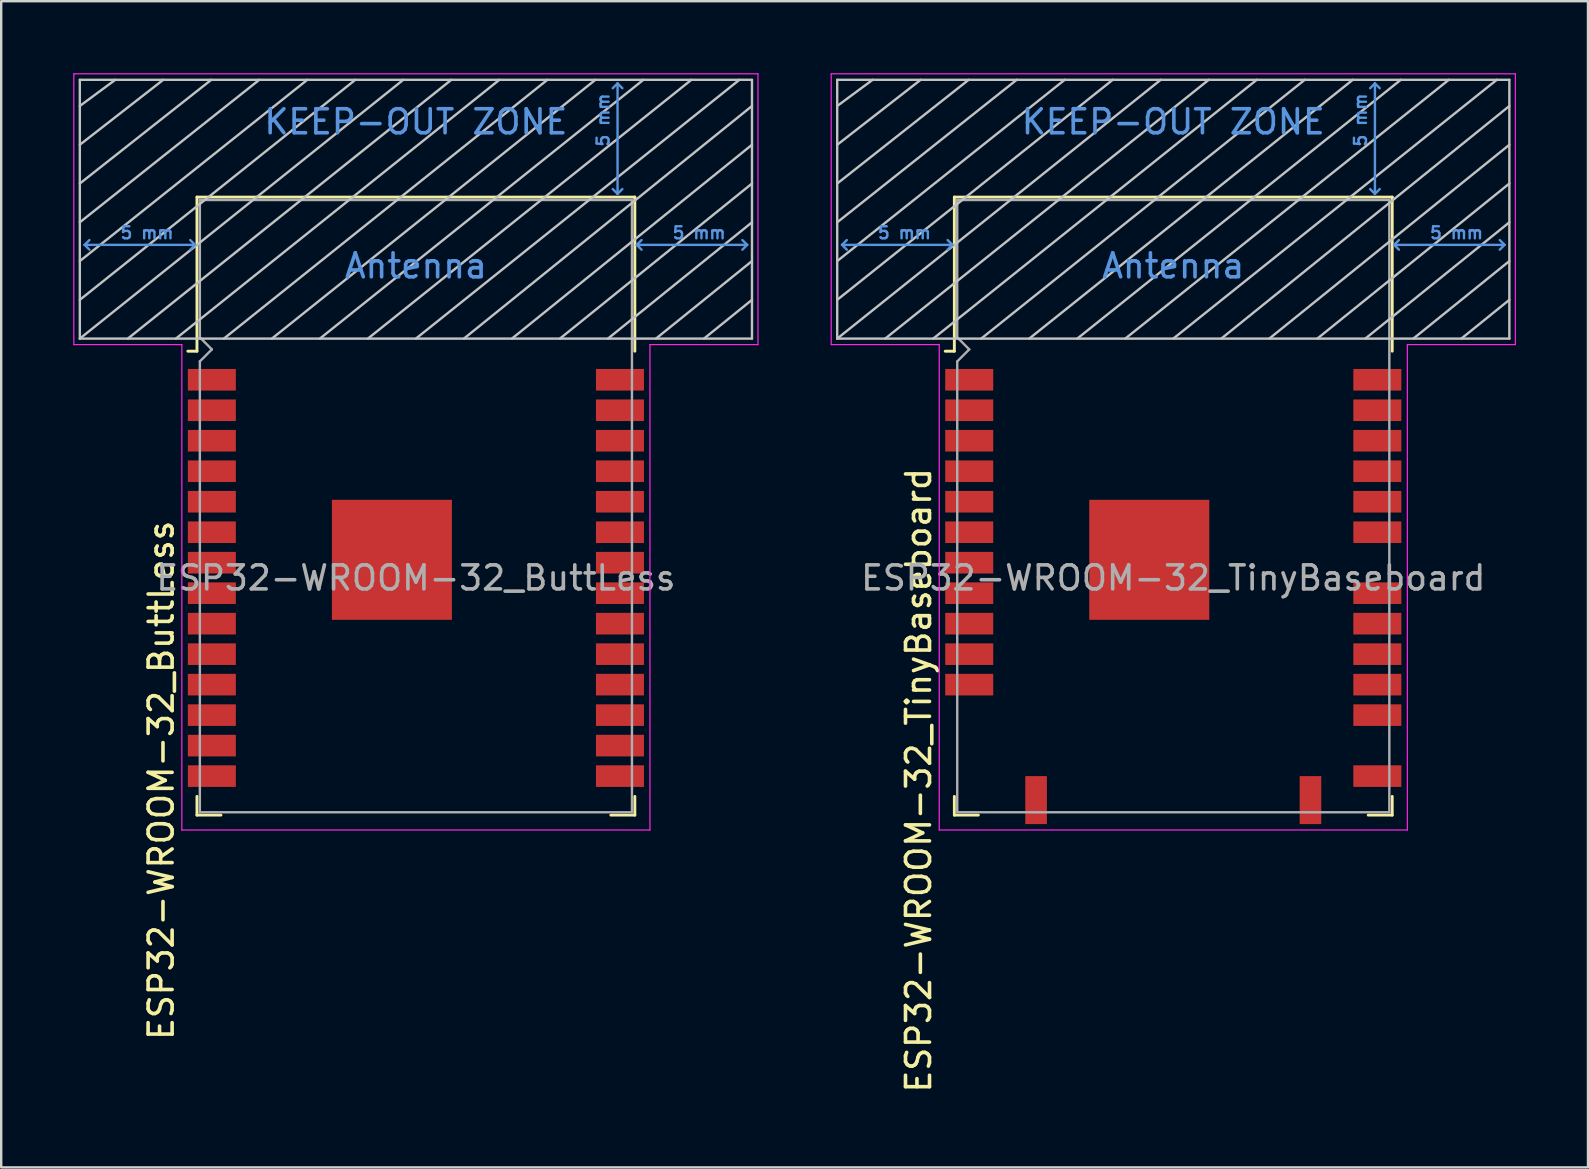
<source format=kicad_pcb>
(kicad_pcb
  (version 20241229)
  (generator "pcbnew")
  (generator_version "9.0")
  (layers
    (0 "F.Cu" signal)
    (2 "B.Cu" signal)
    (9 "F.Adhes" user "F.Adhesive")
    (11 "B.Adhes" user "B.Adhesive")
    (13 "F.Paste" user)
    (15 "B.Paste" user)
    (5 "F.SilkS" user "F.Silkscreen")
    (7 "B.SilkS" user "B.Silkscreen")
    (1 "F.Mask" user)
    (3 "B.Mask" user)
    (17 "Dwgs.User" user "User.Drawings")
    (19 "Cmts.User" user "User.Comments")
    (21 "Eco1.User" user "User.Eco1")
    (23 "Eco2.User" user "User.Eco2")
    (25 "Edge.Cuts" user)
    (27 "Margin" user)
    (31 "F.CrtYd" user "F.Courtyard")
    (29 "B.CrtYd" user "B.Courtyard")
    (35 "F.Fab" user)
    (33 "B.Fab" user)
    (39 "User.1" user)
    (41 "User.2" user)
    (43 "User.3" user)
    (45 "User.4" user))
  (footprint "ESP32-WROOM-32_ButtLess"
    (layer "F.Cu")
    (at 14.275 21.025)
    (property "Reference" "ESP32-WROOM-32_ButtLess" (at -10.61 8.43 90) (layer "F.SilkS") (effects (font (size 1 1) (thickness 0.15))))
    (attr smd)
    (fp_line (start -9.12 -15.865) (end -9.12 -9.445) (stroke (width 0.12) (type solid)) (layer "F.SilkS"))
    (fp_line (start -9.12 -15.865) (end 9.12 -15.865) (stroke (width 0.12) (type solid)) (layer "F.SilkS"))
    (fp_line (start -9.12 -9.445) (end -9.5 -9.445) (stroke (width 0.12) (type solid)) (layer "F.SilkS"))
    (fp_line (start -9.12 9.1) (end -9.12 9.88) (stroke (width 0.12) (type solid)) (layer "F.SilkS"))
    (fp_line (start -9.12 9.88) (end -8.12 9.88) (stroke (width 0.12) (type solid)) (layer "F.SilkS"))
    (fp_line (start 9.12 -15.865) (end 9.12 -9.445) (stroke (width 0.12) (type solid)) (layer "F.SilkS"))
    (fp_line (start 9.12 9.1) (end 9.12 9.88) (stroke (width 0.12) (type solid)) (layer "F.SilkS"))
    (fp_line (start 9.12 9.88) (end 8.12 9.88) (stroke (width 0.12) (type solid)) (layer "F.SilkS"))
    (fp_line (start -14 -9.97) (end -14 -20.75) (stroke (width 0.1) (type solid)) (layer "Dwgs.User"))
    (fp_line (start -12.525 -20.75) (end -14 -19.66) (stroke (width 0.1) (type solid)) (layer "Dwgs.User"))
    (fp_line (start -10.525 -20.75) (end -14 -18.045) (stroke (width 0.1) (type solid)) (layer "Dwgs.User"))
    (fp_line (start -8.525 -20.75) (end -14 -16.43) (stroke (width 0.1) (type solid)) (layer "Dwgs.User"))
    (fp_line (start -8 -9.97) (end 5.475 -20.75) (stroke (width 0.1) (type solid)) (layer "Dwgs.User"))
    (fp_line (start -6.525 -20.75) (end -14 -14.815) (stroke (width 0.1) (type solid)) (layer "Dwgs.User"))
    (fp_line (start -4.525 -20.75) (end -14 -13.2) (stroke (width 0.1) (type solid)) (layer "Dwgs.User"))
    (fp_line (start -2.525 -20.75) (end -14 -11.585) (stroke (width 0.1) (type solid)) (layer "Dwgs.User"))
    (fp_line (start -0.525 -20.75) (end -14 -9.97) (stroke (width 0.1) (type solid)) (layer "Dwgs.User"))
    (fp_line (start 1.475 -20.75) (end -12 -9.97) (stroke (width 0.1) (type solid)) (layer "Dwgs.User"))
    (fp_line (start 3.475 -20.75) (end -10 -9.97) (stroke (width 0.1) (type solid)) (layer "Dwgs.User"))
    (fp_line (start 7.475 -20.75) (end -6 -9.97) (stroke (width 0.1) (type solid)) (layer "Dwgs.User"))
    (fp_line (start 9.475 -20.75) (end -4 -9.97) (stroke (width 0.1) (type solid)) (layer "Dwgs.User"))
    (fp_line (start 11.475 -20.75) (end -2 -9.97) (stroke (width 0.1) (type solid)) (layer "Dwgs.User"))
    (fp_line (start 13.475 -20.75) (end 0 -9.97) (stroke (width 0.1) (type solid)) (layer "Dwgs.User"))
    (fp_line (start 14 -20.75) (end -14 -20.75) (stroke (width 0.1) (type solid)) (layer "Dwgs.User"))
    (fp_line (start 14 -19.66) (end 2 -9.97) (stroke (width 0.1) (type solid)) (layer "Dwgs.User"))
    (fp_line (start 14 -18.045) (end 4 -9.97) (stroke (width 0.1) (type solid)) (layer "Dwgs.User"))
    (fp_line (start 14 -16.43) (end 6 -9.97) (stroke (width 0.1) (type solid)) (layer "Dwgs.User"))
    (fp_line (start 14 -14.815) (end 8 -9.97) (stroke (width 0.1) (type solid)) (layer "Dwgs.User"))
    (fp_line (start 14 -13.2) (end 10 -9.97) (stroke (width 0.1) (type solid)) (layer "Dwgs.User"))
    (fp_line (start 14 -11.585) (end 12 -9.97) (stroke (width 0.1) (type solid)) (layer "Dwgs.User"))
    (fp_line (start 14 -9.97) (end -14 -9.97) (stroke (width 0.1) (type solid)) (layer "Dwgs.User"))
    (fp_line (start 14 -9.97) (end 14 -20.75) (stroke (width 0.1) (type solid)) (layer "Dwgs.User"))
    (fp_line (start -13.8 -13.875) (end -13.6 -14.075) (stroke (width 0.1) (type solid)) (layer "Cmts.User"))
    (fp_line (start -13.8 -13.875) (end -13.6 -13.675) (stroke (width 0.1) (type solid)) (layer "Cmts.User"))
    (fp_line (start -13.8 -13.875) (end -9.2 -13.875) (stroke (width 0.1) (type solid)) (layer "Cmts.User"))
    (fp_line (start -9.2 -13.875) (end -9.4 -14.075) (stroke (width 0.1) (type solid)) (layer "Cmts.User"))
    (fp_line (start -9.2 -13.875) (end -9.4 -13.675) (stroke (width 0.1) (type solid)) (layer "Cmts.User"))
    (fp_line (start 8.4 -20.6) (end 8.2 -20.4) (stroke (width 0.1) (type solid)) (layer "Cmts.User"))
    (fp_line (start 8.4 -20.6) (end 8.6 -20.4) (stroke (width 0.1) (type solid)) (layer "Cmts.User"))
    (fp_line (start 8.4 -16) (end 8.2 -16.2) (stroke (width 0.1) (type solid)) (layer "Cmts.User"))
    (fp_line (start 8.4 -16) (end 8.4 -20.6) (stroke (width 0.1) (type solid)) (layer "Cmts.User"))
    (fp_line (start 8.4 -16) (end 8.6 -16.2) (stroke (width 0.1) (type solid)) (layer "Cmts.User"))
    (fp_line (start 9.2 -13.875) (end 9.4 -14.075) (stroke (width 0.1) (type solid)) (layer "Cmts.User"))
    (fp_line (start 9.2 -13.875) (end 9.4 -13.675) (stroke (width 0.1) (type solid)) (layer "Cmts.User"))
    (fp_line (start 9.2 -13.875) (end 13.8 -13.875) (stroke (width 0.1) (type solid)) (layer "Cmts.User"))
    (fp_line (start 13.8 -13.875) (end 13.6 -14.075) (stroke (width 0.1) (type solid)) (layer "Cmts.User"))
    (fp_line (start 13.8 -13.875) (end 13.6 -13.675) (stroke (width 0.1) (type solid)) (layer "Cmts.User"))
    (fp_line (start -14.25 -21) (end -14.25 -9.72) (stroke (width 0.05) (type solid)) (layer "F.CrtYd"))
    (fp_line (start -14.25 -21) (end 14.25 -21) (stroke (width 0.05) (type solid)) (layer "F.CrtYd"))
    (fp_line (start -14.25 -9.72) (end -9.75 -9.72) (stroke (width 0.05) (type solid)) (layer "F.CrtYd"))
    (fp_line (start -9.75 10.5) (end -9.75 -9.72) (stroke (width 0.05) (type solid)) (layer "F.CrtYd"))
    (fp_line (start -9.75 10.5) (end 9.75 10.5) (stroke (width 0.05) (type solid)) (layer "F.CrtYd"))
    (fp_line (start 9.75 -9.72) (end 9.75 10.5) (stroke (width 0.05) (type solid)) (layer "F.CrtYd"))
    (fp_line (start 9.75 -9.72) (end 14.25 -9.72) (stroke (width 0.05) (type solid)) (layer "F.CrtYd"))
    (fp_line (start 14.25 -21) (end 14.25 -9.72) (stroke (width 0.05) (type solid)) (layer "F.CrtYd"))
    (fp_line (start -9 -15.745) (end -9 -10.02) (stroke (width 0.1) (type solid)) (layer "F.Fab"))
    (fp_line (start -9 -15.745) (end 9 -15.745) (stroke (width 0.1) (type solid)) (layer "F.Fab"))
    (fp_line (start -9 -9.02) (end -9 9.76) (stroke (width 0.1) (type solid)) (layer "F.Fab"))
    (fp_line (start -9 -9.02) (end -8.5 -9.52) (stroke (width 0.1) (type solid)) (layer "F.Fab"))
    (fp_line (start -9 9.76) (end 9 9.76) (stroke (width 0.1) (type solid)) (layer "F.Fab"))
    (fp_line (start -8.5 -9.52) (end -9 -10.02) (stroke (width 0.1) (type solid)) (layer "F.Fab"))
    (fp_line (start 9 9.76) (end 9 -15.745) (stroke (width 0.1) (type solid)) (layer "F.Fab"))
    (fp_text user "Antenna" (at 0 -13 0) (layer "Cmts.User") (effects (font (size 1 1) (thickness 0.15))))
    (fp_text user "5 mm" (at 7.8 -19.075 90) (layer "Cmts.User") (effects (font (size 0.5 0.5) (thickness 0.1))))
    (fp_text user "5 mm" (at 11.8 -14.375 0) (layer "Cmts.User") (effects (font (size 0.5 0.5) (thickness 0.1))))
    (fp_text user "5 mm" (at -11.2 -14.375 0) (layer "Cmts.User") (effects (font (size 0.5 0.5) (thickness 0.1))))
    (fp_text user "KEEP-OUT ZONE" (at 0 -19 0) (layer "Cmts.User") (effects (font (size 1 1) (thickness 0.15))))
    (fp_text user "${REFERENCE}" (at 0 0 0) (layer "F.Fab") (effects (font (size 1 1) (thickness 0.15))))
    (pad "1" smd rect (at -8.5 -8.255) (size 2 0.9) (layers "F.Cu" "F.Mask" "F.Paste"))
    (pad "2" smd rect (at -8.5 -6.985) (size 2 0.9) (layers "F.Cu" "F.Mask" "F.Paste"))
    (pad "3" smd rect (at -8.5 -5.715) (size 2 0.9) (layers "F.Cu" "F.Mask" "F.Paste"))
    (pad "4" smd rect (at -8.5 -4.445) (size 2 0.9) (layers "F.Cu" "F.Mask" "F.Paste"))
    (pad "5" smd rect (at -8.5 -3.175) (size 2 0.9) (layers "F.Cu" "F.Mask" "F.Paste"))
    (pad "6" smd rect (at -8.5 -1.905) (size 2 0.9) (layers "F.Cu" "F.Mask" "F.Paste"))
    (pad "7" smd rect (at -8.5 -0.635) (size 2 0.9) (layers "F.Cu" "F.Mask" "F.Paste"))
    (pad "8" smd rect (at -8.5 0.635) (size 2 0.9) (layers "F.Cu" "F.Mask" "F.Paste"))
    (pad "9" smd rect (at -8.5 1.905) (size 2 0.9) (layers "F.Cu" "F.Mask" "F.Paste"))
    (pad "10" smd rect (at -8.5 3.175) (size 2 0.9) (layers "F.Cu" "F.Mask" "F.Paste"))
    (pad "11" smd rect (at -8.5 4.445) (size 2 0.9) (layers "F.Cu" "F.Mask" "F.Paste"))
    (pad "12" smd rect (at -8.5 5.715) (size 2 0.9) (layers "F.Cu" "F.Mask" "F.Paste"))
    (pad "13" smd rect (at -8.5 6.985) (size 2 0.9) (layers "F.Cu" "F.Mask" "F.Paste"))
    (pad "14" smd rect (at -8.5 8.255) (size 2 0.9) (layers "F.Cu" "F.Mask" "F.Paste"))
    (pad "25" smd rect (at 8.5 8.255) (size 2 0.9) (layers "F.Cu" "F.Mask" "F.Paste"))
    (pad "26" smd rect (at 8.5 6.985) (size 2 0.9) (layers "F.Cu" "F.Mask" "F.Paste"))
    (pad "27" smd rect (at 8.5 5.715) (size 2 0.9) (layers "F.Cu" "F.Mask" "F.Paste"))
    (pad "28" smd rect (at 8.5 4.445) (size 2 0.9) (layers "F.Cu" "F.Mask" "F.Paste"))
    (pad "29" smd rect (at 8.5 3.175) (size 2 0.9) (layers "F.Cu" "F.Mask" "F.Paste"))
    (pad "30" smd rect (at 8.5 1.905) (size 2 0.9) (layers "F.Cu" "F.Mask" "F.Paste"))
    (pad "31" smd rect (at 8.5 0.635) (size 2 0.9) (layers "F.Cu" "F.Mask" "F.Paste"))
    (pad "32" smd rect (at 8.5 -0.635) (size 2 0.9) (layers "F.Cu" "F.Mask" "F.Paste"))
    (pad "33" smd rect (at 8.5 -1.905) (size 2 0.9) (layers "F.Cu" "F.Mask" "F.Paste"))
    (pad "34" smd rect (at 8.5 -3.175) (size 2 0.9) (layers "F.Cu" "F.Mask" "F.Paste"))
    (pad "35" smd rect (at 8.5 -4.445) (size 2 0.9) (layers "F.Cu" "F.Mask" "F.Paste"))
    (pad "36" smd rect (at 8.5 -5.715) (size 2 0.9) (layers "F.Cu" "F.Mask" "F.Paste"))
    (pad "37" smd rect (at 8.5 -6.985) (size 2 0.9) (layers "F.Cu" "F.Mask" "F.Paste"))
    (pad "38" smd rect (at 8.5 -8.255) (size 2 0.9) (layers "F.Cu" "F.Mask" "F.Paste"))
    (pad "39" smd rect (at -1 -0.755) (size 5 5) (layers "F.Cu" "F.Mask" "F.Paste")))
  (footprint "ESP32-WROOM-32_TinyBaseboard"
    (layer "F.Cu")
    (at 45.825 21.025)
    (property "Reference" "ESP32-WROOM-32_TinyBaseboard" (at -10.61 8.43 90) (layer "F.SilkS") (effects (font (size 1 1) (thickness 0.15))))
    (attr smd)
    (fp_line (start -9.12 -15.865) (end -9.12 -9.445) (stroke (width 0.12) (type solid)) (layer "F.SilkS"))
    (fp_line (start -9.12 -15.865) (end 9.12 -15.865) (stroke (width 0.12) (type solid)) (layer "F.SilkS"))
    (fp_line (start -9.12 -9.445) (end -9.5 -9.445) (stroke (width 0.12) (type solid)) (layer "F.SilkS"))
    (fp_line (start -9.12 9.1) (end -9.12 9.88) (stroke (width 0.12) (type solid)) (layer "F.SilkS"))
    (fp_line (start -9.12 9.88) (end -8.12 9.88) (stroke (width 0.12) (type solid)) (layer "F.SilkS"))
    (fp_line (start 9.12 -15.865) (end 9.12 -9.445) (stroke (width 0.12) (type solid)) (layer "F.SilkS"))
    (fp_line (start 9.12 9.1) (end 9.12 9.88) (stroke (width 0.12) (type solid)) (layer "F.SilkS"))
    (fp_line (start 9.12 9.88) (end 8.12 9.88) (stroke (width 0.12) (type solid)) (layer "F.SilkS"))
    (fp_line (start -14 -9.97) (end -14 -20.75) (stroke (width 0.1) (type solid)) (layer "Dwgs.User"))
    (fp_line (start -12.525 -20.75) (end -14 -19.66) (stroke (width 0.1) (type solid)) (layer "Dwgs.User"))
    (fp_line (start -10.525 -20.75) (end -14 -18.045) (stroke (width 0.1) (type solid)) (layer "Dwgs.User"))
    (fp_line (start -8.525 -20.75) (end -14 -16.43) (stroke (width 0.1) (type solid)) (layer "Dwgs.User"))
    (fp_line (start -8 -9.97) (end 5.475 -20.75) (stroke (width 0.1) (type solid)) (layer "Dwgs.User"))
    (fp_line (start -6.525 -20.75) (end -14 -14.815) (stroke (width 0.1) (type solid)) (layer "Dwgs.User"))
    (fp_line (start -4.525 -20.75) (end -14 -13.2) (stroke (width 0.1) (type solid)) (layer "Dwgs.User"))
    (fp_line (start -2.525 -20.75) (end -14 -11.585) (stroke (width 0.1) (type solid)) (layer "Dwgs.User"))
    (fp_line (start -0.525 -20.75) (end -14 -9.97) (stroke (width 0.1) (type solid)) (layer "Dwgs.User"))
    (fp_line (start 1.475 -20.75) (end -12 -9.97) (stroke (width 0.1) (type solid)) (layer "Dwgs.User"))
    (fp_line (start 3.475 -20.75) (end -10 -9.97) (stroke (width 0.1) (type solid)) (layer "Dwgs.User"))
    (fp_line (start 7.475 -20.75) (end -6 -9.97) (stroke (width 0.1) (type solid)) (layer "Dwgs.User"))
    (fp_line (start 9.475 -20.75) (end -4 -9.97) (stroke (width 0.1) (type solid)) (layer "Dwgs.User"))
    (fp_line (start 11.475 -20.75) (end -2 -9.97) (stroke (width 0.1) (type solid)) (layer "Dwgs.User"))
    (fp_line (start 13.475 -20.75) (end 0 -9.97) (stroke (width 0.1) (type solid)) (layer "Dwgs.User"))
    (fp_line (start 14 -20.75) (end -14 -20.75) (stroke (width 0.1) (type solid)) (layer "Dwgs.User"))
    (fp_line (start 14 -19.66) (end 2 -9.97) (stroke (width 0.1) (type solid)) (layer "Dwgs.User"))
    (fp_line (start 14 -18.045) (end 4 -9.97) (stroke (width 0.1) (type solid)) (layer "Dwgs.User"))
    (fp_line (start 14 -16.43) (end 6 -9.97) (stroke (width 0.1) (type solid)) (layer "Dwgs.User"))
    (fp_line (start 14 -14.815) (end 8 -9.97) (stroke (width 0.1) (type solid)) (layer "Dwgs.User"))
    (fp_line (start 14 -13.2) (end 10 -9.97) (stroke (width 0.1) (type solid)) (layer "Dwgs.User"))
    (fp_line (start 14 -11.585) (end 12 -9.97) (stroke (width 0.1) (type solid)) (layer "Dwgs.User"))
    (fp_line (start 14 -9.97) (end -14 -9.97) (stroke (width 0.1) (type solid)) (layer "Dwgs.User"))
    (fp_line (start 14 -9.97) (end 14 -20.75) (stroke (width 0.1) (type solid)) (layer "Dwgs.User"))
    (fp_line (start -13.8 -13.875) (end -13.6 -14.075) (stroke (width 0.1) (type solid)) (layer "Cmts.User"))
    (fp_line (start -13.8 -13.875) (end -13.6 -13.675) (stroke (width 0.1) (type solid)) (layer "Cmts.User"))
    (fp_line (start -13.8 -13.875) (end -9.2 -13.875) (stroke (width 0.1) (type solid)) (layer "Cmts.User"))
    (fp_line (start -9.2 -13.875) (end -9.4 -14.075) (stroke (width 0.1) (type solid)) (layer "Cmts.User"))
    (fp_line (start -9.2 -13.875) (end -9.4 -13.675) (stroke (width 0.1) (type solid)) (layer "Cmts.User"))
    (fp_line (start 8.4 -20.6) (end 8.2 -20.4) (stroke (width 0.1) (type solid)) (layer "Cmts.User"))
    (fp_line (start 8.4 -20.6) (end 8.6 -20.4) (stroke (width 0.1) (type solid)) (layer "Cmts.User"))
    (fp_line (start 8.4 -16) (end 8.2 -16.2) (stroke (width 0.1) (type solid)) (layer "Cmts.User"))
    (fp_line (start 8.4 -16) (end 8.4 -20.6) (stroke (width 0.1) (type solid)) (layer "Cmts.User"))
    (fp_line (start 8.4 -16) (end 8.6 -16.2) (stroke (width 0.1) (type solid)) (layer "Cmts.User"))
    (fp_line (start 9.2 -13.875) (end 9.4 -14.075) (stroke (width 0.1) (type solid)) (layer "Cmts.User"))
    (fp_line (start 9.2 -13.875) (end 9.4 -13.675) (stroke (width 0.1) (type solid)) (layer "Cmts.User"))
    (fp_line (start 9.2 -13.875) (end 13.8 -13.875) (stroke (width 0.1) (type solid)) (layer "Cmts.User"))
    (fp_line (start 13.8 -13.875) (end 13.6 -14.075) (stroke (width 0.1) (type solid)) (layer "Cmts.User"))
    (fp_line (start 13.8 -13.875) (end 13.6 -13.675) (stroke (width 0.1) (type solid)) (layer "Cmts.User"))
    (fp_line (start -14.25 -21) (end -14.25 -9.72) (stroke (width 0.05) (type solid)) (layer "F.CrtYd"))
    (fp_line (start -14.25 -21) (end 14.25 -21) (stroke (width 0.05) (type solid)) (layer "F.CrtYd"))
    (fp_line (start -14.25 -9.72) (end -9.75 -9.72) (stroke (width 0.05) (type solid)) (layer "F.CrtYd"))
    (fp_line (start -9.75 10.5) (end -9.75 -9.72) (stroke (width 0.05) (type solid)) (layer "F.CrtYd"))
    (fp_line (start -9.75 10.5) (end 9.75 10.5) (stroke (width 0.05) (type solid)) (layer "F.CrtYd"))
    (fp_line (start 9.75 -9.72) (end 9.75 10.5) (stroke (width 0.05) (type solid)) (layer "F.CrtYd"))
    (fp_line (start 9.75 -9.72) (end 14.25 -9.72) (stroke (width 0.05) (type solid)) (layer "F.CrtYd"))
    (fp_line (start 14.25 -21) (end 14.25 -9.72) (stroke (width 0.05) (type solid)) (layer "F.CrtYd"))
    (fp_line (start -9 -15.745) (end -9 -10.02) (stroke (width 0.1) (type solid)) (layer "F.Fab"))
    (fp_line (start -9 -15.745) (end 9 -15.745) (stroke (width 0.1) (type solid)) (layer "F.Fab"))
    (fp_line (start -9 -9.02) (end -9 9.76) (stroke (width 0.1) (type solid)) (layer "F.Fab"))
    (fp_line (start -9 -9.02) (end -8.5 -9.52) (stroke (width 0.1) (type solid)) (layer "F.Fab"))
    (fp_line (start -9 9.76) (end 9 9.76) (stroke (width 0.1) (type solid)) (layer "F.Fab"))
    (fp_line (start -8.5 -9.52) (end -9 -10.02) (stroke (width 0.1) (type solid)) (layer "F.Fab"))
    (fp_line (start 9 9.76) (end 9 -15.745) (stroke (width 0.1) (type solid)) (layer "F.Fab"))
    (fp_text user "KEEP-OUT ZONE" (at 0 -19 0) (layer "Cmts.User") (effects (font (size 1 1) (thickness 0.15))))
    (fp_text user "5 mm" (at -11.2 -14.375 0) (layer "Cmts.User") (effects (font (size 0.5 0.5) (thickness 0.1))))
    (fp_text user "Antenna" (at 0 -13 0) (layer "Cmts.User") (effects (font (size 1 1) (thickness 0.15))))
    (fp_text user "5 mm" (at 7.8 -19.075 90) (layer "Cmts.User") (effects (font (size 0.5 0.5) (thickness 0.1))))
    (fp_text user "5 mm" (at 11.8 -14.375 0) (layer "Cmts.User") (effects (font (size 0.5 0.5) (thickness 0.1))))
    (fp_text user "${REFERENCE}" (at 0 0 0) (layer "F.Fab") (effects (font (size 1 1) (thickness 0.15))))
    (pad "1" smd rect (at -8.5 -8.255) (size 2 0.9) (layers "F.Cu" "F.Mask" "F.Paste"))
    (pad "2" smd rect (at -8.5 -6.985) (size 2 0.9) (layers "F.Cu" "F.Mask" "F.Paste"))
    (pad "3" smd rect (at -8.5 -5.715) (size 2 0.9) (layers "F.Cu" "F.Mask" "F.Paste"))
    (pad "4" smd rect (at -8.5 -4.445) (size 2 0.9) (layers "F.Cu" "F.Mask" "F.Paste"))
    (pad "5" smd rect (at -8.5 -3.175) (size 2 0.9) (layers "F.Cu" "F.Mask" "F.Paste"))
    (pad "6" smd rect (at -8.5 -1.905) (size 2 0.9) (layers "F.Cu" "F.Mask" "F.Paste"))
    (pad "7" smd rect (at -8.5 -0.635) (size 2 0.9) (layers "F.Cu" "F.Mask" "F.Paste"))
    (pad "8" smd rect (at -8.5 0.635) (size 2 0.9) (layers "F.Cu" "F.Mask" "F.Paste"))
    (pad "9" smd rect (at -8.5 1.905) (size 2 0.9) (layers "F.Cu" "F.Mask" "F.Paste"))
    (pad "10" smd rect (at -8.5 3.175) (size 2 0.9) (layers "F.Cu" "F.Mask" "F.Paste"))
    (pad "11" smd rect (at -8.5 4.445) (size 2 0.9) (layers "F.Cu" "F.Mask" "F.Paste"))
    (pad "15" smd rect (at -5.715 9.255 90) (size 2 0.9) (layers "F.Cu" "F.Mask" "F.Paste"))
    (pad "24" smd rect (at 5.715 9.255 90) (size 2 0.9) (layers "F.Cu" "F.Mask" "F.Paste"))
    (pad "25" smd rect (at 8.5 8.255) (size 2 0.9) (layers "F.Cu" "F.Mask" "F.Paste"))
    (pad "27" smd rect (at 8.5 5.715) (size 2 0.9) (layers "F.Cu" "F.Mask" "F.Paste"))
    (pad "28" smd rect (at 8.5 4.445) (size 2 0.9) (layers "F.Cu" "F.Mask" "F.Paste"))
    (pad "29" smd rect (at 8.5 3.175) (size 2 0.9) (layers "F.Cu" "F.Mask" "F.Paste"))
    (pad "30" smd rect (at 8.5 1.905) (size 2 0.9) (layers "F.Cu" "F.Mask" "F.Paste"))
    (pad "31" smd rect (at 8.5 0.635) (size 2 0.9) (layers "F.Cu" "F.Mask" "F.Paste"))
    (pad "33" smd rect (at 8.5 -1.905) (size 2 0.9) (layers "F.Cu" "F.Mask" "F.Paste"))
    (pad "34" smd rect (at 8.5 -3.175) (size 2 0.9) (layers "F.Cu" "F.Mask" "F.Paste"))
    (pad "35" smd rect (at 8.5 -4.445) (size 2 0.9) (layers "F.Cu" "F.Mask" "F.Paste"))
    (pad "36" smd rect (at 8.5 -5.715) (size 2 0.9) (layers "F.Cu" "F.Mask" "F.Paste"))
    (pad "37" smd rect (at 8.5 -6.985) (size 2 0.9) (layers "F.Cu" "F.Mask" "F.Paste"))
    (pad "38" smd rect (at 8.5 -8.255) (size 2 0.9) (layers "F.Cu" "F.Mask" "F.Paste"))
    (pad "39" smd rect (at -1 -0.755) (size 5 5) (layers "F.Cu" "F.Mask" "F.Paste")))
  (gr_rect
    (start -3 -3)
    (end 63.1 45.58)
    (stroke (width 0.1) (type default))
    (fill no)
    (layer "Edge.Cuts")))
</source>
